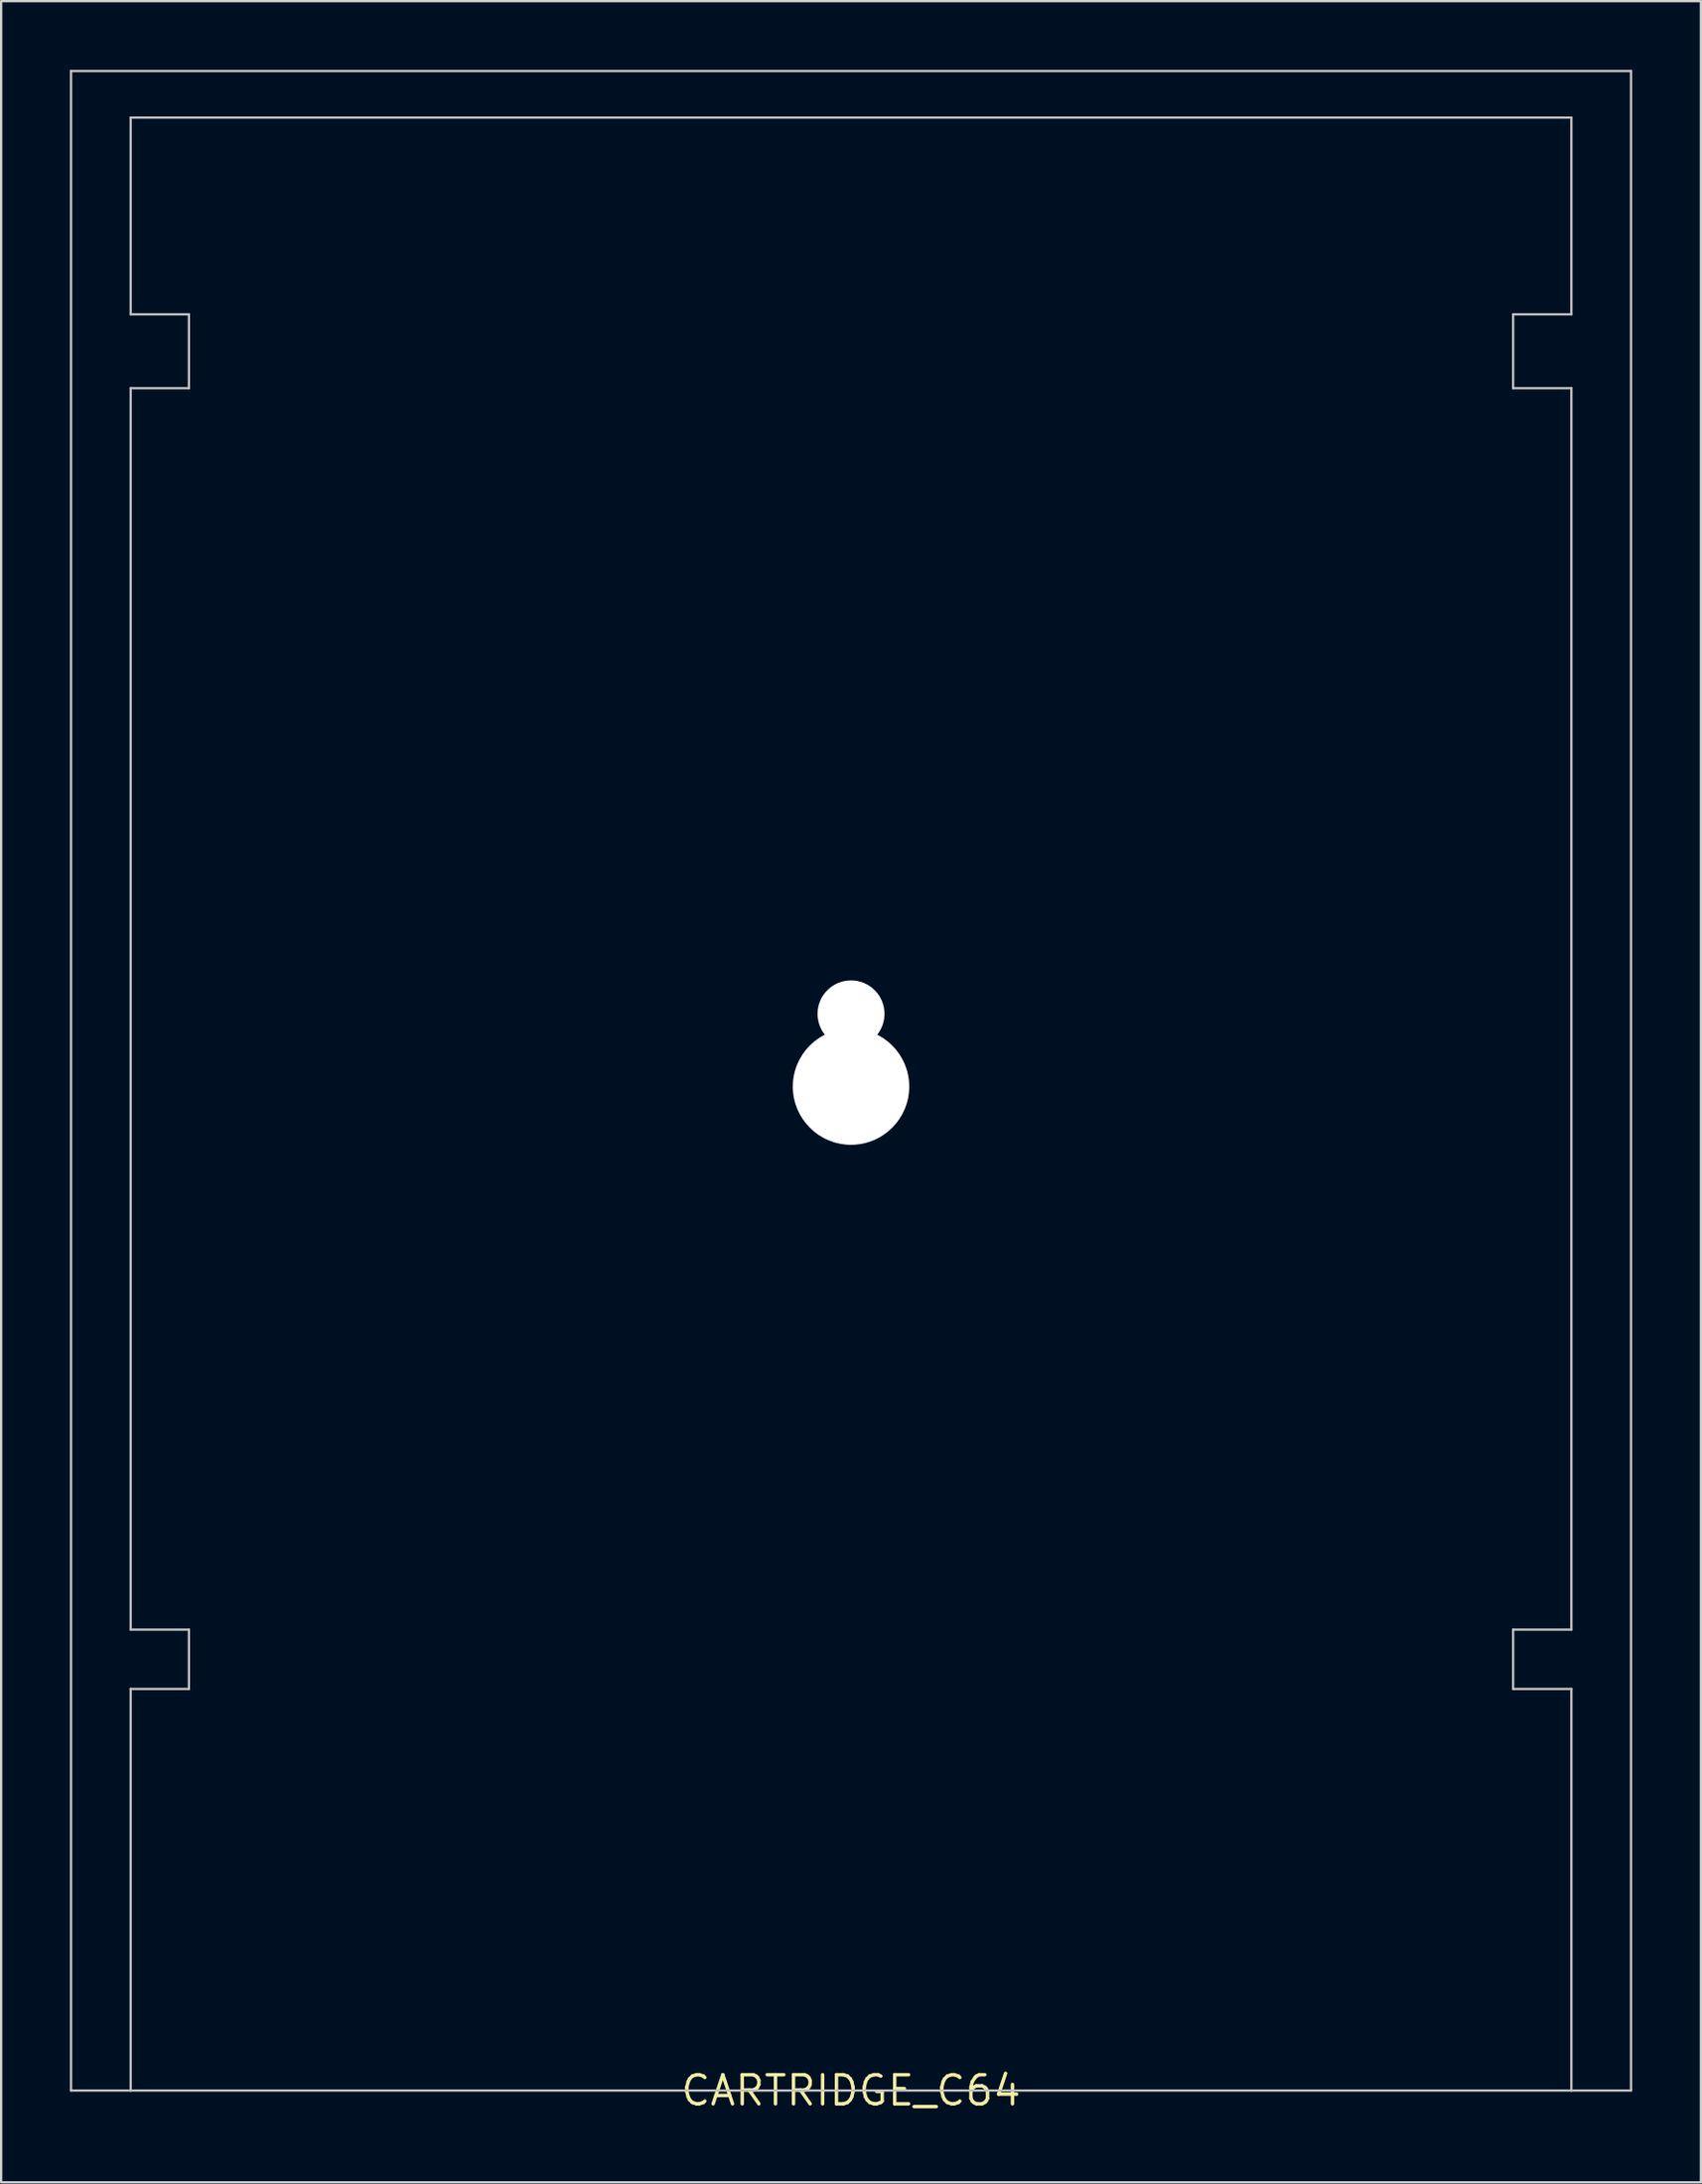
<source format=kicad_pcb>
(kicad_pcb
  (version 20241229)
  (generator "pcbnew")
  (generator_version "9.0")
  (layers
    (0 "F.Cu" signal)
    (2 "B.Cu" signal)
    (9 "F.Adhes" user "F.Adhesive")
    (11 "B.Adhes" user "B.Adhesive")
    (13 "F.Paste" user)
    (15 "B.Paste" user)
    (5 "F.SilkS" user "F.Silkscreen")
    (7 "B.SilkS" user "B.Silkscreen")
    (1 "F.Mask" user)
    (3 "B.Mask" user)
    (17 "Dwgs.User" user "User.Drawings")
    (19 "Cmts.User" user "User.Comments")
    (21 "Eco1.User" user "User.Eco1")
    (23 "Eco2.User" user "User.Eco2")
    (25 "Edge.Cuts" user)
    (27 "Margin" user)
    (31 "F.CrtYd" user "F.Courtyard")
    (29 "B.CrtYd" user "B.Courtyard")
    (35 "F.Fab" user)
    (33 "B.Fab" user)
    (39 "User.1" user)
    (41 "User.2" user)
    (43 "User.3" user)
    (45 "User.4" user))
  (footprint "CARTRIDGE_C64"
    (layer "F.Cu")
    (at 34.086 88.188)
    (property "Reference" "CARTRIDGE_C64" (at 0 0 0) (layer "F.SilkS") (effects (font (size 1.27 1.27) (thickness 0.15))))
    (attr through_hole)
    (fp_line (start -34.036 -88.138) (end -34.036 0) (stroke (width 0.1) (type solid)) (layer "Dwgs.User"))
    (fp_line (start -34.036 0) (end -31.433 0) (stroke (width 0.1) (type solid)) (layer "Dwgs.User"))
    (fp_line (start -31.433 -86.106) (end 31.433 -86.106) (stroke (width 0.1) (type solid)) (layer "Dwgs.User"))
    (fp_line (start -31.433 -77.521) (end -31.433 -86.106) (stroke (width 0.1) (type solid)) (layer "Dwgs.User"))
    (fp_line (start -31.433 -74.295) (end -28.892 -74.295) (stroke (width 0.1) (type solid)) (layer "Dwgs.User"))
    (fp_line (start -31.433 -20.117) (end -31.433 -74.295) (stroke (width 0.1) (type solid)) (layer "Dwgs.User"))
    (fp_line (start -31.433 -17.526) (end -28.892 -17.526) (stroke (width 0.1) (type solid)) (layer "Dwgs.User"))
    (fp_line (start -31.433 0) (end -31.433 -17.526) (stroke (width 0.1) (type solid)) (layer "Dwgs.User"))
    (fp_line (start -28.892 -77.521) (end -31.433 -77.521) (stroke (width 0.1) (type solid)) (layer "Dwgs.User"))
    (fp_line (start -28.892 -74.295) (end -28.892 -77.521) (stroke (width 0.1) (type solid)) (layer "Dwgs.User"))
    (fp_line (start -28.892 -20.117) (end -31.433 -20.117) (stroke (width 0.1) (type solid)) (layer "Dwgs.User"))
    (fp_line (start -28.892 -17.526) (end -28.892 -20.117) (stroke (width 0.1) (type solid)) (layer "Dwgs.User"))
    (fp_line (start 28.892 -77.521) (end 28.892 -74.295) (stroke (width 0.1) (type solid)) (layer "Dwgs.User"))
    (fp_line (start 28.892 -74.295) (end 31.433 -74.295) (stroke (width 0.1) (type solid)) (layer "Dwgs.User"))
    (fp_line (start 28.892 -20.117) (end 28.892 -17.526) (stroke (width 0.1) (type solid)) (layer "Dwgs.User"))
    (fp_line (start 28.892 -17.526) (end 31.433 -17.526) (stroke (width 0.1) (type solid)) (layer "Dwgs.User"))
    (fp_line (start 31.433 -86.106) (end 31.433 -77.521) (stroke (width 0.1) (type solid)) (layer "Dwgs.User"))
    (fp_line (start 31.433 -77.521) (end 28.892 -77.521) (stroke (width 0.1) (type solid)) (layer "Dwgs.User"))
    (fp_line (start 31.433 -74.295) (end 31.433 -20.117) (stroke (width 0.1) (type solid)) (layer "Dwgs.User"))
    (fp_line (start 31.433 -20.117) (end 28.892 -20.117) (stroke (width 0.1) (type solid)) (layer "Dwgs.User"))
    (fp_line (start 31.433 -17.526) (end 31.433 0) (stroke (width 0.1) (type solid)) (layer "Dwgs.User"))
    (fp_line (start 31.433 0) (end -31.433 0) (stroke (width 0.1) (type solid)) (layer "Dwgs.User"))
    (fp_line (start 31.433 0) (end 34.036 0) (stroke (width 0.1) (type solid)) (layer "Dwgs.User"))
    (fp_line (start 34.036 -88.138) (end -34.036 -88.138) (stroke (width 0.1) (type solid)) (layer "Dwgs.User"))
    (fp_line (start 34.036 0) (end 34.036 -88.138) (stroke (width 0.1) (type solid)) (layer "Dwgs.User"))
    (pad "" np_thru_hole circle (at 0 -46.99) (size 2.921 2.921) (drill 2.921) (layers "*.Cu" "*.Mask"))
    (pad "" np_thru_hole circle (at 0 -43.815) (size 5.08 5.08) (drill 5.08) (layers "*.Cu" "*.Mask")))
  (gr_rect
    (start -3 -3)
    (end 71.172 92.194)
    (stroke (width 0.1) (type default))
    (fill no)
    (layer "Edge.Cuts")))
</source>
